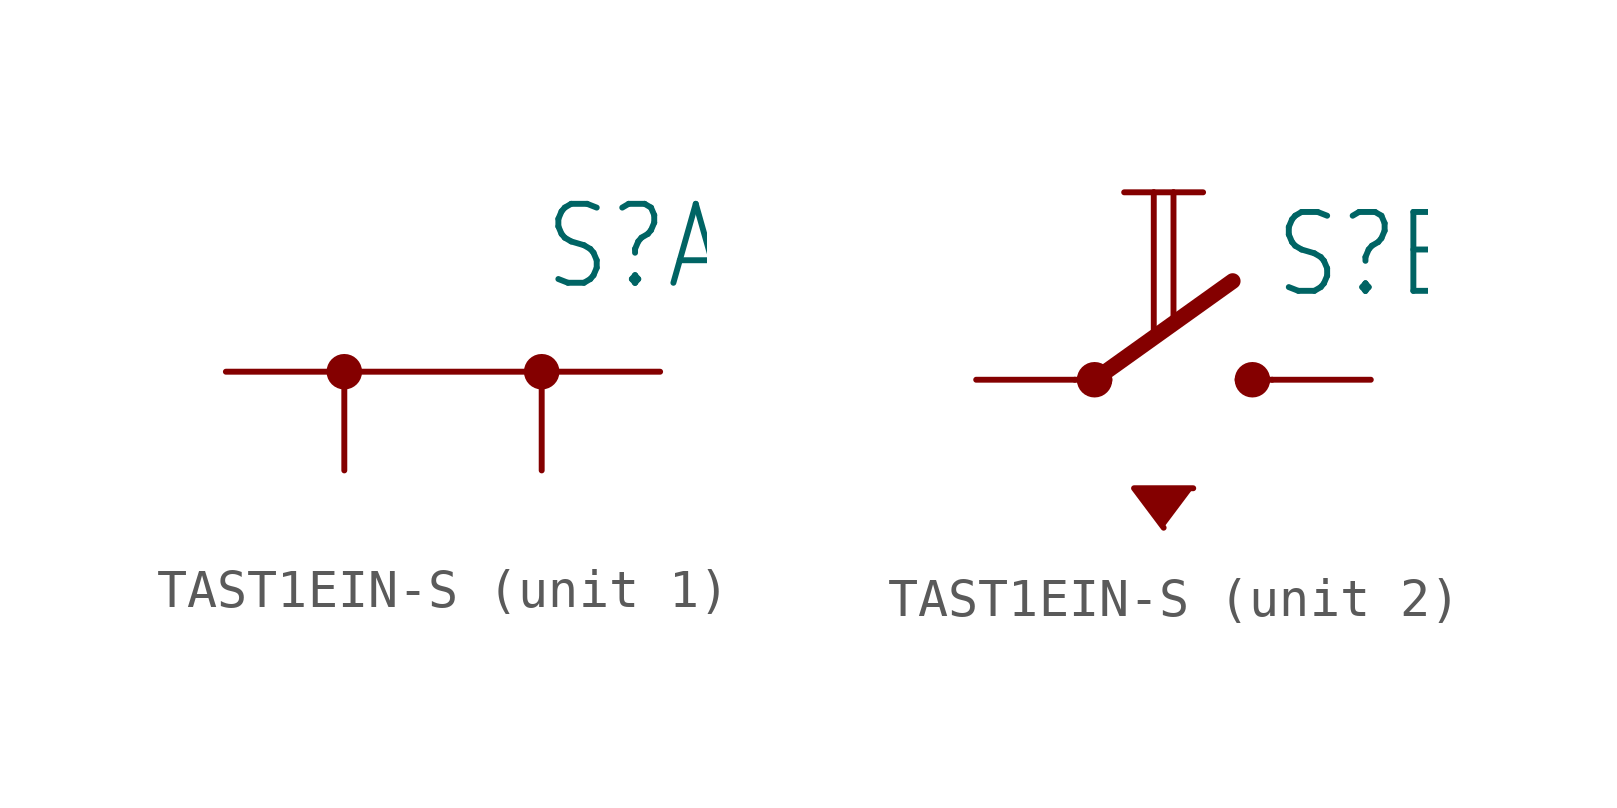
<source format=kicad_sym>
(kicad_symbol_lib
  (version 20241209)
  (generator "kicad_symbol_editor")
  (generator_version "9.0")
  (symbol "TAST1EIN-S"
    (property "Reference" "S"
      (at 2.54 2.032 0)
      (effects (font (size 2.032 1.727)) (justify left bottom)))
    (property "Value" ""
      (at -5.08 -3.81 0)
      (effects (font (size 2.032 1.727)) (justify left bottom)))
    (property "ki_locked" ""
      (at 0 0 0)
      (effects (font (size 1.27 1.27))))
    (symbol "TAST1EIN-S_1_0"
      (polyline (pts (xy -5.588 0) (xy 5.588 0)) (stroke (width 0.152) (type solid)) (fill (type none)))
      (circle (center -2.54 0) (radius 0.254) (stroke (width 0.406) (type solid)) (fill (type none)))
      (circle (center 2.54 0) (radius 0.254) (stroke (width 0.406) (type solid)) (fill (type none)))
      (pin passive line (at -2.54 -2.54 90) (length 2.54) (name "A" (effects (font (size 0 0)))) (number "G1" (effects (font (size 0 0)))))
      (pin passive line (at 2.54 -2.54 90) (length 2.54) (name "B" (effects (font (size 0 0)))) (number "G2" (effects (font (size 0 0))))))
    (symbol "TAST1EIN-S_2_0"
      (arc (start -2.286 0) (mid -2.032 0.254) (end -1.778 0) (stroke (width 0.4064) (type solid)) (fill (type none)))
      (arc (start -1.778 0) (mid -2.032 -0.254) (end -2.286 0) (stroke (width 0.4064) (type solid)) (fill (type none)))
      (polyline (pts (xy -2.032 0) (xy -2.54 0)) (stroke (width 0.152) (type solid)) (fill (type none)))
      (polyline (pts (xy -2.032 0) (xy 1.524 2.54)) (stroke (width 0.406) (type solid)) (fill (type none)))
      (polyline (pts (xy -0.508 4.826) (xy -1.27 4.826)) (stroke (width 0.152) (type solid)) (fill (type none)))
      (polyline (pts (xy -0.508 1.27) (xy -0.508 4.826)) (stroke (width 0.152) (type solid)) (fill (type none)))
      (polyline (pts (xy -0.254 -3.81) (xy -1.016 -2.794) (xy 0.508 -2.794)) (stroke (width 0.152) (type solid)) (fill (type outline)))
      (polyline (pts (xy 0 4.826) (xy -0.508 4.826)) (stroke (width 0.152) (type solid)) (fill (type none)))
      (polyline (pts (xy 0 1.524) (xy 0 4.826)) (stroke (width 0.152) (type solid)) (fill (type none)))
      (polyline (pts (xy 0.762 4.826) (xy 0 4.826)) (stroke (width 0.152) (type solid)) (fill (type none)))
      (polyline (pts (xy 2.032 0) (xy 2.54 0)) (stroke (width 0.152) (type solid)) (fill (type none)))
      (arc (start 1.778 0) (mid 2.032 0.254) (end 2.286 0) (stroke (width 0.4064) (type solid)) (fill (type none)))
      (arc (start 2.286 0) (mid 2.032 -0.254) (end 1.778 0) (stroke (width 0.4064) (type solid)) (fill (type none)))
      (pin passive line (at -5.08 0 0) (length 2.54) (name "A" (effects (font (size 0 0)))) (number "A" (effects (font (size 0 0)))))
      (pin passive line (at 5.08 0 180) (length 2.54) (name "B" (effects (font (size 0 0)))) (number "B" (effects (font (size 0 0))))))))
</source>
